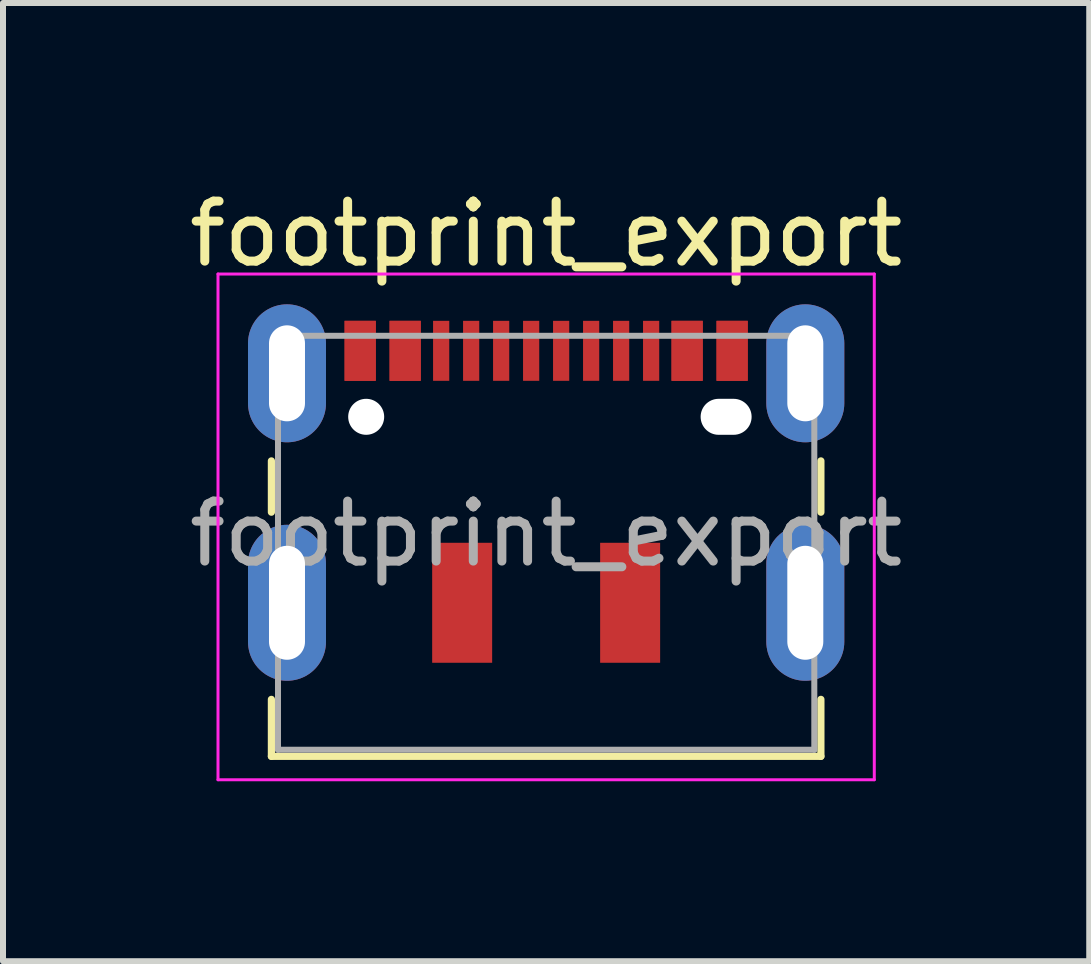
<source format=kicad_pcb>
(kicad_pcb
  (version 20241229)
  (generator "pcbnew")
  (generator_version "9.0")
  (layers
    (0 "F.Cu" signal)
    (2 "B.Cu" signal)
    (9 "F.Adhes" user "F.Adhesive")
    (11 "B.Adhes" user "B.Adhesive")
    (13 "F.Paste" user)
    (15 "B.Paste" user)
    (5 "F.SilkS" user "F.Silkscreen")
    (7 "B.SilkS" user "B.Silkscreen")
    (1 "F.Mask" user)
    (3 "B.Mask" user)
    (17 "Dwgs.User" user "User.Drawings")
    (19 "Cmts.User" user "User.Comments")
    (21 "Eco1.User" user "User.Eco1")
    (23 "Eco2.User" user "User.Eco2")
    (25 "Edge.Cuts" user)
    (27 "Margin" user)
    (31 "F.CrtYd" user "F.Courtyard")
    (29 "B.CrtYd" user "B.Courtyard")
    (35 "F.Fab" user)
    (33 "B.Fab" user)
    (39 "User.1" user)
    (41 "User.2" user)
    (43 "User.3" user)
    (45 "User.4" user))
  (footprint "footprint_export"
    (layer "F.Cu")
    (at 6.054 5.848)
    (property "Reference" "footprint_export" (at 0 -5 0) (layer "F.SilkS") (effects (font (size 1 1) (thickness 0.15))))
    (attr smd)
    (fp_line (start -4.58 -1.215) (end -4.58 -0.36) (stroke (width 0.12) (type solid)) (layer "F.SilkS"))
    (fp_line (start -4.58 2.76) (end -4.58 3.71) (stroke (width 0.12) (type solid)) (layer "F.SilkS"))
    (fp_line (start -4.58 3.71) (end 4.58 3.71) (stroke (width 0.12) (type solid)) (layer "F.SilkS"))
    (fp_line (start 4.58 -1.215) (end 4.58 -0.36) (stroke (width 0.12) (type solid)) (layer "F.SilkS"))
    (fp_line (start 4.58 2.76) (end 4.58 3.71) (stroke (width 0.12) (type solid)) (layer "F.SilkS"))
    (fp_line (start -5.47 -4.33) (end -5.47 4.1) (stroke (width 0.05) (type solid)) (layer "F.CrtYd"))
    (fp_line (start -5.47 -4.33) (end 5.47 -4.33) (stroke (width 0.05) (type solid)) (layer "F.CrtYd"))
    (fp_line (start -5.47 4.1) (end 5.47 4.1) (stroke (width 0.05) (type solid)) (layer "F.CrtYd"))
    (fp_line (start 5.47 -4.33) (end 5.47 4.1) (stroke (width 0.05) (type solid)) (layer "F.CrtYd"))
    (fp_line (start -4.47 -3.3) (end -4.47 3.6) (stroke (width 0.1) (type solid)) (layer "F.Fab"))
    (fp_line (start -4.47 -3.3) (end 4.47 -3.3) (stroke (width 0.1) (type solid)) (layer "F.Fab"))
    (fp_line (start -4.47 3.6) (end 4.47 3.6) (stroke (width 0.1) (type solid)) (layer "F.Fab"))
    (fp_line (start 4.47 -3.3) (end 4.47 3.6) (stroke (width 0.1) (type solid)) (layer "F.Fab"))
    (fp_text user "${REFERENCE}" (at 0 0 0) (layer "F.Fab") (effects (font (size 1 1) (thickness 0.15))))
    (pad "" np_thru_hole circle (at -3 -1.95) (size 0.6 0.6) (drill 0.6) (layers "*.Cu" "*.Mask"))
    (pad "" smd rect (at -1.4 1.15) (size 1 2) (layers "F.Cu" "F.Mask" "F.Paste"))
    (pad "" smd rect (at 1.4 1.15) (size 1 2) (layers "F.Cu" "F.Mask" "F.Paste"))
    (pad "" np_thru_hole oval (at 3 -1.95) (size 0.85 0.6) (drill oval 0.85 0.6) (layers "*.Cu" "*.Mask"))
    (pad "A1" smd rect (at -3.1 -3.05) (size 0.52 1) (layers "F.Cu" "F.Mask" "F.Paste"))
    (pad "A4" smd rect (at -2.35 -3.05) (size 0.52 1) (layers "F.Cu" "F.Mask" "F.Paste"))
    (pad "A5" smd rect (at -1.75 -3.05) (size 0.27 1) (layers "F.Cu" "F.Mask" "F.Paste"))
    (pad "A6" smd rect (at -0.25 -3.05) (size 0.27 1) (layers "F.Cu" "F.Mask" "F.Paste"))
    (pad "A7" smd rect (at 0.75 -3.05) (size 0.27 1) (layers "F.Cu" "F.Mask" "F.Paste"))
    (pad "A8" smd rect (at 1.75 -3.05) (size 0.27 1) (layers "F.Cu" "F.Mask" "F.Paste"))
    (pad "A9" smd rect (at 2.35 -3.05) (size 0.52 1) (layers "F.Cu" "F.Mask" "F.Paste"))
    (pad "A12" smd rect (at 3.1 -3.05) (size 0.52 1) (layers "F.Cu" "F.Mask" "F.Paste"))
    (pad "B1" smd rect (at 3.1 -3.05) (size 0.52 1) (layers "F.Cu" "F.Mask" "F.Paste"))
    (pad "B4" smd rect (at 2.35 -3.05) (size 0.52 1) (layers "F.Cu" "F.Mask" "F.Paste"))
    (pad "B5" smd rect (at 1.25 -3.05) (size 0.27 1) (layers "F.Cu" "F.Mask" "F.Paste"))
    (pad "B6" smd rect (at 0.25 -3.05) (size 0.27 1) (layers "F.Cu" "F.Mask" "F.Paste"))
    (pad "B7" smd rect (at -0.75 -3.05) (size 0.27 1) (layers "F.Cu" "F.Mask" "F.Paste"))
    (pad "B8" smd rect (at -1.25 -3.05) (size 0.27 1) (layers "F.Cu" "F.Mask" "F.Paste"))
    (pad "B9" smd rect (at -2.35 -3.05) (size 0.52 1) (layers "F.Cu" "F.Mask" "F.Paste"))
    (pad "B12" smd rect (at -3.1 -3.05) (size 0.52 1) (layers "F.Cu" "F.Mask" "F.Paste"))
    (pad "S1" thru_hole oval (at -4.32 -2.675) (size 1.3 2.3) (drill oval 0.6 1.6) (layers "*.Cu" "*.Mask"))
    (pad "S1" thru_hole oval (at -4.32 1.15) (size 1.3 2.6) (drill oval 0.6 1.9) (layers "*.Cu" "*.Mask"))
    (pad "S1" thru_hole oval (at 4.32 -2.675) (size 1.3 2.3) (drill oval 0.6 1.6) (layers "*.Cu" "*.Mask"))
    (pad "S1" thru_hole oval (at 4.32 1.15) (size 1.3 2.6) (drill oval 0.6 1.9) (layers "*.Cu" "*.Mask")))
  (gr_rect
    (start -3 -3)
    (end 15.107 12.973)
    (stroke (width 0.1) (type default))
    (fill no)
    (layer "Edge.Cuts")))
</source>
